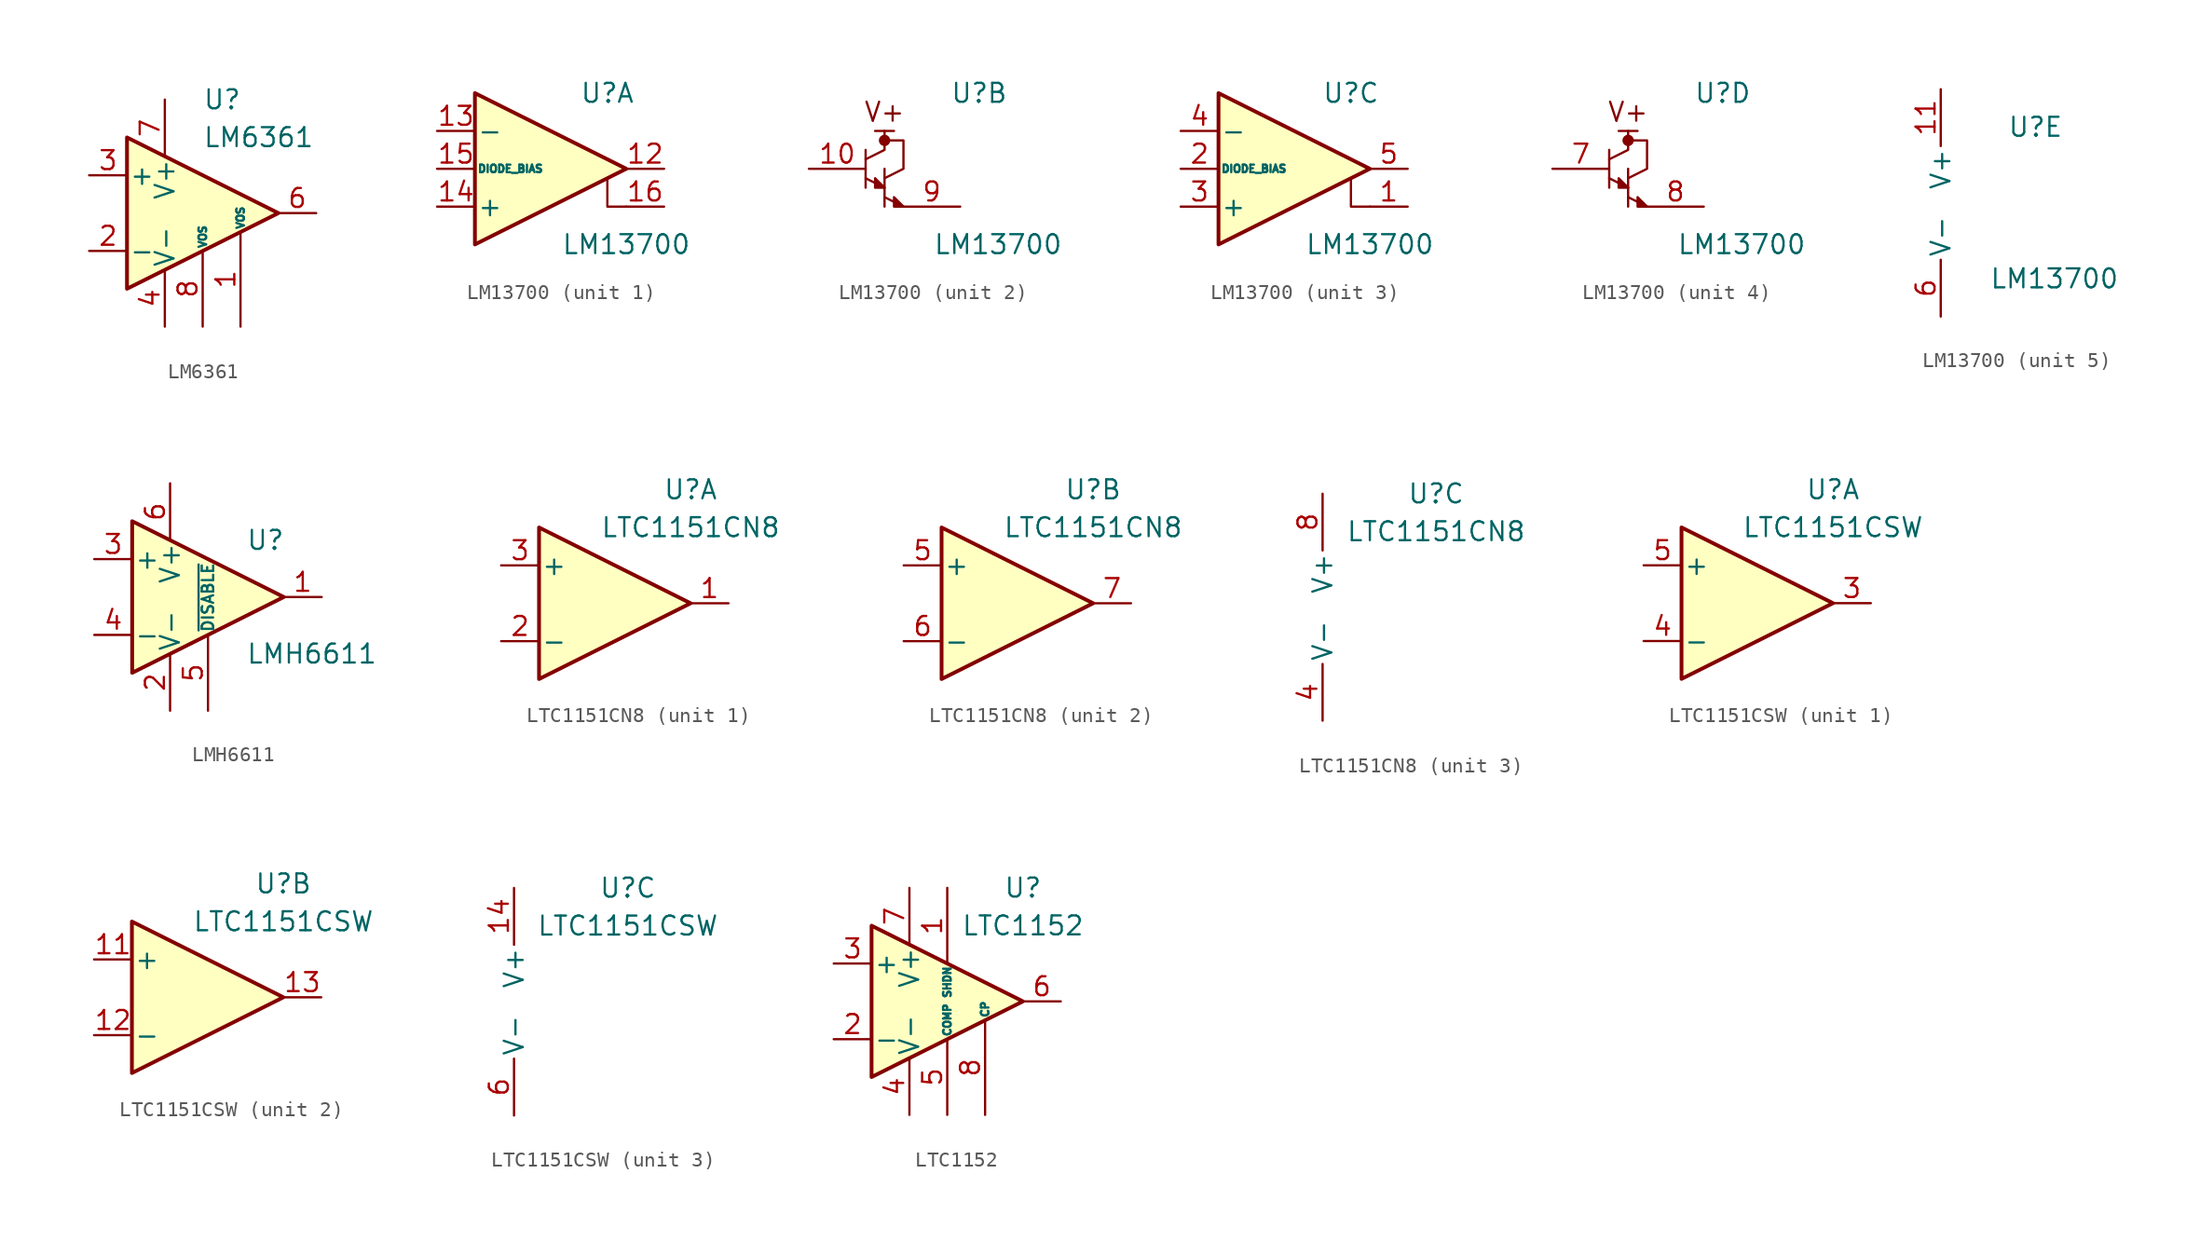
<source format=kicad_sym>
(kicad_symbol_lib
  (version 20200126)
  (host kicad_symbol_editor "(5.99.0-2908-g9a4f92dfd9)")
  (symbol "Bobs_Op_Amps:LM6361"
    (pin_names
      (offset 0.127))
    (property "Reference" "U"
      (at 0 7.62 0)
      (effects (font (size 1.27 1.27)) (justify left)))
    (property "Value" "LM6361"
      (at 0 5.08 0)
      (effects (font (size 1.27 1.27)) (justify left)))
    (symbol "LM6361_0_1"
      (polyline (pts (xy -5.08 5.08) (xy 5.08 0) (xy -5.08 -5.08) (xy -5.08 5.08)) (stroke (width 0.254)) (fill (type background)))
      (pin unconnected line (at 0 2.54 270) (length 2.54) hide (name "NC" (effects (font (size 1.27 1.27)))) (number "5" (effects (font (size 1.27 1.27))))))
    (symbol "LM6361_1_1"
      (pin passive line (at 2.54 -7.62 90) (length 6.35) (name "VOS" (effects (font (size 0.508 0.508)))) (number "1" (effects (font (size 1.27 1.27)))))
      (pin input line (at -7.62 -2.54 0) (length 2.54) (name "-" (effects (font (size 1.27 1.27)))) (number "2" (effects (font (size 1.27 1.27)))))
      (pin input line (at -7.62 2.54 0) (length 2.54) (name "+" (effects (font (size 1.27 1.27)))) (number "3" (effects (font (size 1.27 1.27)))))
      (pin power_in line (at -2.54 -7.62 90) (length 3.81) (name "V-" (effects (font (size 1.27 1.27)))) (number "4" (effects (font (size 1.27 1.27)))))
      (pin output line (at 7.62 0 180) (length 2.54) (name "~" (effects (font (size 1.27 1.27)))) (number "6" (effects (font (size 1.27 1.27)))))
      (pin power_in line (at -2.54 7.62 270) (length 3.81) (name "V+" (effects (font (size 1.27 1.27)))) (number "7" (effects (font (size 1.27 1.27)))))
      (pin passive line (at 0 -7.62 90) (length 5.08) (name "VOS" (effects (font (size 0.508 0.508)))) (number "8" (effects (font (size 1.27 1.27)))))))
  (symbol "Bobs_Op_Amps:LM13700"
    (pin_names
      (offset 0.127))
    (property "Reference" "U"
      (at 3.81 5.08 0)
      (effects (font (size 1.27 1.27))))
    (property "Value" "LM13700"
      (at 5.08 -5.08 0)
      (effects (font (size 1.27 1.27))))
    (property "ki_locked" ""
      (at 0 0 0)
      (effects (font (size 1.27 1.27))))
    (symbol "LM13700_2_1"
      (circle (center -2.54 1.905) (radius 0.254) (stroke (width 0.254)) (fill (type outline)))
      (text "V+" (at -2.54 3.81 0) (effects (font (size 1.27 1.27))))
      (polyline (pts (xy -3.81 -0.635) (xy -2.54 -1.27)) (stroke (width 0)) (fill (type none)))
      (polyline (pts (xy -3.81 1.27) (xy -3.81 -1.27)) (stroke (width 0)) (fill (type none)))
      (polyline (pts (xy -2.54 -1.905) (xy -1.27 -2.54)) (stroke (width 0)) (fill (type none)))
      (polyline (pts (xy -2.54 0) (xy -2.54 -2.54)) (stroke (width 0)) (fill (type none)))
      (polyline (pts (xy -3.81 0.635) (xy -2.54 1.27) (xy -2.54 1.905) (xy -2.54 2.54)) (stroke (width 0)) (fill (type none)))
      (polyline (pts (xy -2.54 -1.27) (xy -3.175 -0.635) (xy -3.175 -1.27) (xy -2.54 -1.27)) (stroke (width 0)) (fill (type outline)))
      (polyline (pts (xy -2.54 -0.635) (xy -1.27 0) (xy -1.27 1.905) (xy -2.54 1.905)) (stroke (width 0)) (fill (type none)))
      (polyline (pts (xy -1.27 -2.54) (xy -1.905 -1.905) (xy -1.905 -2.54) (xy -1.27 -2.54)) (stroke (width 0)) (fill (type outline)))
      (pin input line (at -7.62 0 0) (length 3.81) (name "~" (effects (font (size 1.27 1.27)))) (number "10" (effects (font (size 1.27 1.27)))))
      (pin output line (at 2.54 -2.54 180) (length 3.81) (name "~" (effects (font (size 1.27 1.27)))) (number "9" (effects (font (size 1.27 1.27))))))
    (symbol "LM13700_4_1"
      (circle (center -2.54 1.905) (radius 0.254) (stroke (width 0.254)) (fill (type outline)))
      (polyline (pts (xy -3.81 -0.635) (xy -2.54 -1.27)) (stroke (width 0)) (fill (type none)))
      (polyline (pts (xy -3.81 1.27) (xy -3.81 -1.27)) (stroke (width 0)) (fill (type none)))
      (polyline (pts (xy -2.54 -1.905) (xy -1.27 -2.54)) (stroke (width 0)) (fill (type none)))
      (polyline (pts (xy -2.54 0) (xy -2.54 -2.54)) (stroke (width 0)) (fill (type none)))
      (polyline (pts (xy -3.81 0.635) (xy -2.54 1.27) (xy -2.54 2.54)) (stroke (width 0)) (fill (type none)))
      (polyline (pts (xy -2.54 -1.27) (xy -3.175 -0.635) (xy -3.175 -1.27) (xy -2.54 -1.27)) (stroke (width 0)) (fill (type outline)))
      (polyline (pts (xy -2.54 -0.635) (xy -1.27 0) (xy -1.27 1.905) (xy -2.54 1.905)) (stroke (width 0)) (fill (type none)))
      (polyline (pts (xy -1.27 -2.54) (xy -1.905 -1.905) (xy -1.905 -2.54) (xy -1.27 -2.54)) (stroke (width 0)) (fill (type outline)))
      (pin input line (at -7.62 0 0) (length 3.81) (name "~" (effects (font (size 1.27 1.27)))) (number "7" (effects (font (size 1.27 1.27)))))
      (pin output line (at 2.54 -2.54 180) (length 3.81) (name "~" (effects (font (size 1.27 1.27)))) (number "8" (effects (font (size 1.27 1.27))))))
    (symbol "LM13700_4_0"
      (text "V+" (at -2.54 3.81 0) (effects (font (size 1.27 1.27))))
      (polyline (pts (xy -3.175 2.54) (xy -1.905 2.54)) (stroke (width 0)) (fill (type none))))
    (symbol "LM13700_2_0"
      (polyline (pts (xy -1.905 2.54) (xy -3.175 2.54)) (stroke (width 0)) (fill (type none))))
    (symbol "LM13700_1_1"
      (polyline (pts (xy 3.81 -0.635) (xy 3.81 -2.54) (xy 5.08 -2.54)) (stroke (width 0)) (fill (type none)))
      (polyline (pts (xy 5.08 0) (xy -5.08 -5.08) (xy -5.08 5.08) (xy 5.08 0)) (stroke (width 0.254)) (fill (type background)))
      (pin output line (at 7.62 0 180) (length 2.54) (name "~" (effects (font (size 1.27 1.27)))) (number "12" (effects (font (size 1.27 1.27)))))
      (pin input line (at -7.62 2.54 0) (length 2.54) (name "-" (effects (font (size 1.27 1.27)))) (number "13" (effects (font (size 1.27 1.27)))))
      (pin input line (at -7.62 -2.54 0) (length 2.54) (name "+" (effects (font (size 1.27 1.27)))) (number "14" (effects (font (size 1.27 1.27)))))
      (pin input line (at -7.62 0 0) (length 2.54) (name "DIODE_BIAS" (effects (font (size 0.508 0.508)))) (number "15" (effects (font (size 1.27 1.27)))))
      (pin input line (at 7.62 -2.54 180) (length 2.54) (name "~" (effects (font (size 1.27 1.27)))) (number "16" (effects (font (size 1.27 1.27))))))
    (symbol "LM13700_3_1"
      (polyline (pts (xy 3.81 -0.635) (xy 3.81 -2.54) (xy 5.08 -2.54)) (stroke (width 0)) (fill (type none)))
      (polyline (pts (xy 5.08 0) (xy -5.08 -5.08) (xy -5.08 5.08) (xy 5.08 0)) (stroke (width 0.254)) (fill (type background)))
      (pin input line (at 7.62 -2.54 180) (length 2.54) (name "~" (effects (font (size 1.27 1.27)))) (number "1" (effects (font (size 1.27 1.27)))))
      (pin input line (at -7.62 0 0) (length 2.54) (name "DIODE_BIAS" (effects (font (size 0.508 0.508)))) (number "2" (effects (font (size 1.27 1.27)))))
      (pin input line (at -7.62 -2.54 0) (length 2.54) (name "+" (effects (font (size 1.27 1.27)))) (number "3" (effects (font (size 1.27 1.27)))))
      (pin input line (at -7.62 2.54 0) (length 2.54) (name "-" (effects (font (size 1.27 1.27)))) (number "4" (effects (font (size 1.27 1.27)))))
      (pin output line (at 7.62 0 180) (length 2.54) (name "~" (effects (font (size 1.27 1.27)))) (number "5" (effects (font (size 1.27 1.27))))))
    (symbol "LM13700_5_1"
      (pin power_in line (at -2.54 7.62 270) (length 3.81) (name "V+" (effects (font (size 1.27 1.27)))) (number "11" (effects (font (size 1.27 1.27)))))
      (pin power_in line (at -2.54 -7.62 90) (length 3.81) (name "V-" (effects (font (size 1.27 1.27)))) (number "6" (effects (font (size 1.27 1.27)))))))
  (symbol "Bobs_Op_Amps:LMH6611"
    (pin_names
      (offset 0.127))
    (property "Reference" "U"
      (at 2.54 3.81 0)
      (effects (font (size 1.27 1.27)) (justify left)))
    (property "Value" "LMH6611"
      (at 2.54 -3.81 0)
      (effects (font (size 1.27 1.27)) (justify left)))
    (symbol "LMH6611_0_1"
      (polyline (pts (xy -5.08 5.08) (xy 5.08 0) (xy -5.08 -5.08) (xy -5.08 5.08)) (stroke (width 0.254)) (fill (type background))))
    (symbol "LMH6611_1_1"
      (pin output line (at 7.62 0 180) (length 2.54) (name "~" (effects (font (size 1.27 1.27)))) (number "1" (effects (font (size 1.27 1.27)))))
      (pin power_in line (at -2.54 -7.62 90) (length 3.81) (name "V-" (effects (font (size 1.27 1.27)))) (number "2" (effects (font (size 1.27 1.27)))))
      (pin input line (at -7.62 2.54 0) (length 2.54) (name "+" (effects (font (size 1.27 1.27)))) (number "3" (effects (font (size 1.27 1.27)))))
      (pin input line (at -7.62 -2.54 0) (length 2.54) (name "-" (effects (font (size 1.27 1.27)))) (number "4" (effects (font (size 1.27 1.27)))))
      (pin input line (at 0 -7.62 90) (length 5.08) (name "~DISABLE" (effects (font (size 0.762 0.762)))) (number "5" (effects (font (size 1.27 1.27)))))
      (pin power_in line (at -2.54 7.62 270) (length 3.81) (name "V+" (effects (font (size 1.27 1.27)))) (number "6" (effects (font (size 1.27 1.27)))))))
  (symbol "Bobs_Op_Amps:LTC1151CN8"
    (pin_names
      (offset 0.127))
    (property "Reference" "U"
      (at 5.08 7.62 0)
      (effects (font (size 1.27 1.27))))
    (property "Value" "LTC1151CN8"
      (at 5.08 5.08 0)
      (effects (font (size 1.27 1.27))))
    (property "ki_locked" ""
      (at 0 0 0)
      (effects (font (size 1.27 1.27))))
    (symbol "LTC1151CN8_1_1"
      (polyline (pts (xy -5.08 5.08) (xy -5.08 -5.08) (xy 5.08 0) (xy -5.08 5.08)) (stroke (width 0.254)) (fill (type background)))
      (pin output line (at 7.62 0 180) (length 2.54) (name "~" (effects (font (size 1.27 1.27)))) (number "1" (effects (font (size 1.27 1.27)))))
      (pin input line (at -7.62 -2.54 0) (length 2.54) (name "-" (effects (font (size 1.27 1.27)))) (number "2" (effects (font (size 1.27 1.27)))))
      (pin input line (at -7.62 2.54 0) (length 2.54) (name "+" (effects (font (size 1.27 1.27)))) (number "3" (effects (font (size 1.27 1.27))))))
    (symbol "LTC1151CN8_2_1"
      (polyline (pts (xy -5.08 5.08) (xy -5.08 -5.08) (xy 5.08 0) (xy -5.08 5.08)) (stroke (width 0.254)) (fill (type background)))
      (pin input line (at -7.62 2.54 0) (length 2.54) (name "+" (effects (font (size 1.27 1.27)))) (number "5" (effects (font (size 1.27 1.27)))))
      (pin input line (at -7.62 -2.54 0) (length 2.54) (name "-" (effects (font (size 1.27 1.27)))) (number "6" (effects (font (size 1.27 1.27)))))
      (pin output line (at 7.62 0 180) (length 2.54) (name "~" (effects (font (size 1.27 1.27)))) (number "7" (effects (font (size 1.27 1.27))))))
    (symbol "LTC1151CN8_3_1"
      (pin power_in line (at -2.54 -7.62 90) (length 3.81) (name "V-" (effects (font (size 1.27 1.27)))) (number "4" (effects (font (size 1.27 1.27)))))
      (pin power_in line (at -2.54 7.62 270) (length 3.81) (name "V+" (effects (font (size 1.27 1.27)))) (number "8" (effects (font (size 1.27 1.27)))))))
  (symbol "Bobs_Op_Amps:LTC1151CSW"
    (pin_names
      (offset 0.127))
    (property "Reference" "U"
      (at 5.08 7.62 0)
      (effects (font (size 1.27 1.27))))
    (property "Value" "LTC1151CSW"
      (at 5.08 5.08 0)
      (effects (font (size 1.27 1.27))))
    (property "ki_locked" ""
      (at 0 0 0)
      (effects (font (size 1.27 1.27))))
    (symbol "LTC1151CSW_1_1"
      (polyline (pts (xy -5.08 5.08) (xy -5.08 -5.08) (xy 5.08 0) (xy -5.08 5.08)) (stroke (width 0.254)) (fill (type background)))
      (pin unconnected line (at -2.54 -2.54 90) (length 2.54) hide (name "NC" (effects (font (size 1.27 1.27)))) (number "1" (effects (font (size 1.27 1.27)))))
      (pin unconnected line (at 0 -2.54 90) (length 2.54) hide (name "NC" (effects (font (size 1.27 1.27)))) (number "2" (effects (font (size 1.27 1.27)))))
      (pin output line (at 7.62 0 180) (length 2.54) (name "~" (effects (font (size 1.27 1.27)))) (number "3" (effects (font (size 1.27 1.27)))))
      (pin input line (at -7.62 -2.54 0) (length 2.54) (name "-" (effects (font (size 1.27 1.27)))) (number "4" (effects (font (size 1.27 1.27)))))
      (pin input line (at -7.62 2.54 0) (length 2.54) (name "+" (effects (font (size 1.27 1.27)))) (number "5" (effects (font (size 1.27 1.27)))))
      (pin unconnected line (at -2.54 2.54 270) (length 2.54) hide (name "NC" (effects (font (size 1.27 1.27)))) (number "7" (effects (font (size 1.27 1.27)))))
      (pin unconnected line (at 0 2.54 270) (length 2.54) hide (name "NC" (effects (font (size 1.27 1.27)))) (number "8" (effects (font (size 1.27 1.27))))))
    (symbol "LTC1151CSW_2_1"
      (polyline (pts (xy -5.08 5.08) (xy -5.08 -5.08) (xy 5.08 0) (xy -5.08 5.08)) (stroke (width 0.254)) (fill (type background)))
      (pin unconnected line (at 0 -2.54 90) (length 2.54) hide (name "NC" (effects (font (size 1.27 1.27)))) (number "10" (effects (font (size 1.27 1.27)))))
      (pin input line (at -7.62 2.54 0) (length 2.54) (name "+" (effects (font (size 1.27 1.27)))) (number "11" (effects (font (size 1.27 1.27)))))
      (pin input line (at -7.62 -2.54 0) (length 2.54) (name "-" (effects (font (size 1.27 1.27)))) (number "12" (effects (font (size 1.27 1.27)))))
      (pin output line (at 7.62 0 180) (length 2.54) (name "~" (effects (font (size 1.27 1.27)))) (number "13" (effects (font (size 1.27 1.27)))))
      (pin unconnected line (at -2.54 2.54 270) (length 2.54) hide (name "NC" (effects (font (size 1.27 1.27)))) (number "15" (effects (font (size 1.27 1.27)))))
      (pin unconnected line (at 0 2.54 270) (length 2.54) hide (name "NC" (effects (font (size 1.27 1.27)))) (number "16" (effects (font (size 1.27 1.27)))))
      (pin unconnected line (at -2.54 -2.54 90) (length 2.54) hide (name "NC" (effects (font (size 1.27 1.27)))) (number "9" (effects (font (size 1.27 1.27))))))
    (symbol "LTC1151CSW_3_1"
      (pin power_in line (at -2.54 7.62 270) (length 3.81) (name "V+" (effects (font (size 1.27 1.27)))) (number "14" (effects (font (size 1.27 1.27)))))
      (pin power_in line (at -2.54 -7.62 90) (length 3.81) (name "V-" (effects (font (size 1.27 1.27)))) (number "6" (effects (font (size 1.27 1.27)))))))
  (symbol "Bobs_Op_Amps:LTC1152"
    (pin_names
      (offset 0.127))
    (property "Reference" "U"
      (at 5.08 7.62 0)
      (effects (font (size 1.27 1.27))))
    (property "Value" "LTC1152"
      (at 5.08 5.08 0)
      (effects (font (size 1.27 1.27))))
    (symbol "LTC1152_0_1"
      (polyline (pts (xy -5.08 5.08) (xy -5.08 -5.08) (xy 5.08 0) (xy -5.08 5.08)) (stroke (width 0.254)) (fill (type background))))
    (symbol "LTC1152_1_1"
      (pin input line (at 0 7.62 270) (length 5.08) (name "SHDN" (effects (font (size 0.508 0.508)))) (number "1" (effects (font (size 1.27 1.27)))))
      (pin input line (at -7.62 -2.54 0) (length 2.54) (name "-" (effects (font (size 1.27 1.27)))) (number "2" (effects (font (size 1.27 1.27)))))
      (pin input line (at -7.62 2.54 0) (length 2.54) (name "+" (effects (font (size 1.27 1.27)))) (number "3" (effects (font (size 1.27 1.27)))))
      (pin power_in line (at -2.54 -7.62 90) (length 3.81) (name "V-" (effects (font (size 1.27 1.27)))) (number "4" (effects (font (size 1.27 1.27)))))
      (pin input line (at 0 -7.62 90) (length 5.08) (name "COMP" (effects (font (size 0.508 0.508)))) (number "5" (effects (font (size 1.27 1.27)))))
      (pin output line (at 7.62 0 180) (length 2.54) (name "~" (effects (font (size 1.27 1.27)))) (number "6" (effects (font (size 1.27 1.27)))))
      (pin power_in line (at -2.54 7.62 270) (length 3.81) (name "V+" (effects (font (size 1.27 1.27)))) (number "7" (effects (font (size 1.27 1.27)))))
      (pin output line (at 2.54 -7.62 90) (length 6.35) (name "CP" (effects (font (size 0.508 0.508)))) (number "8" (effects (font (size 1.27 1.27))))))))
</source>
